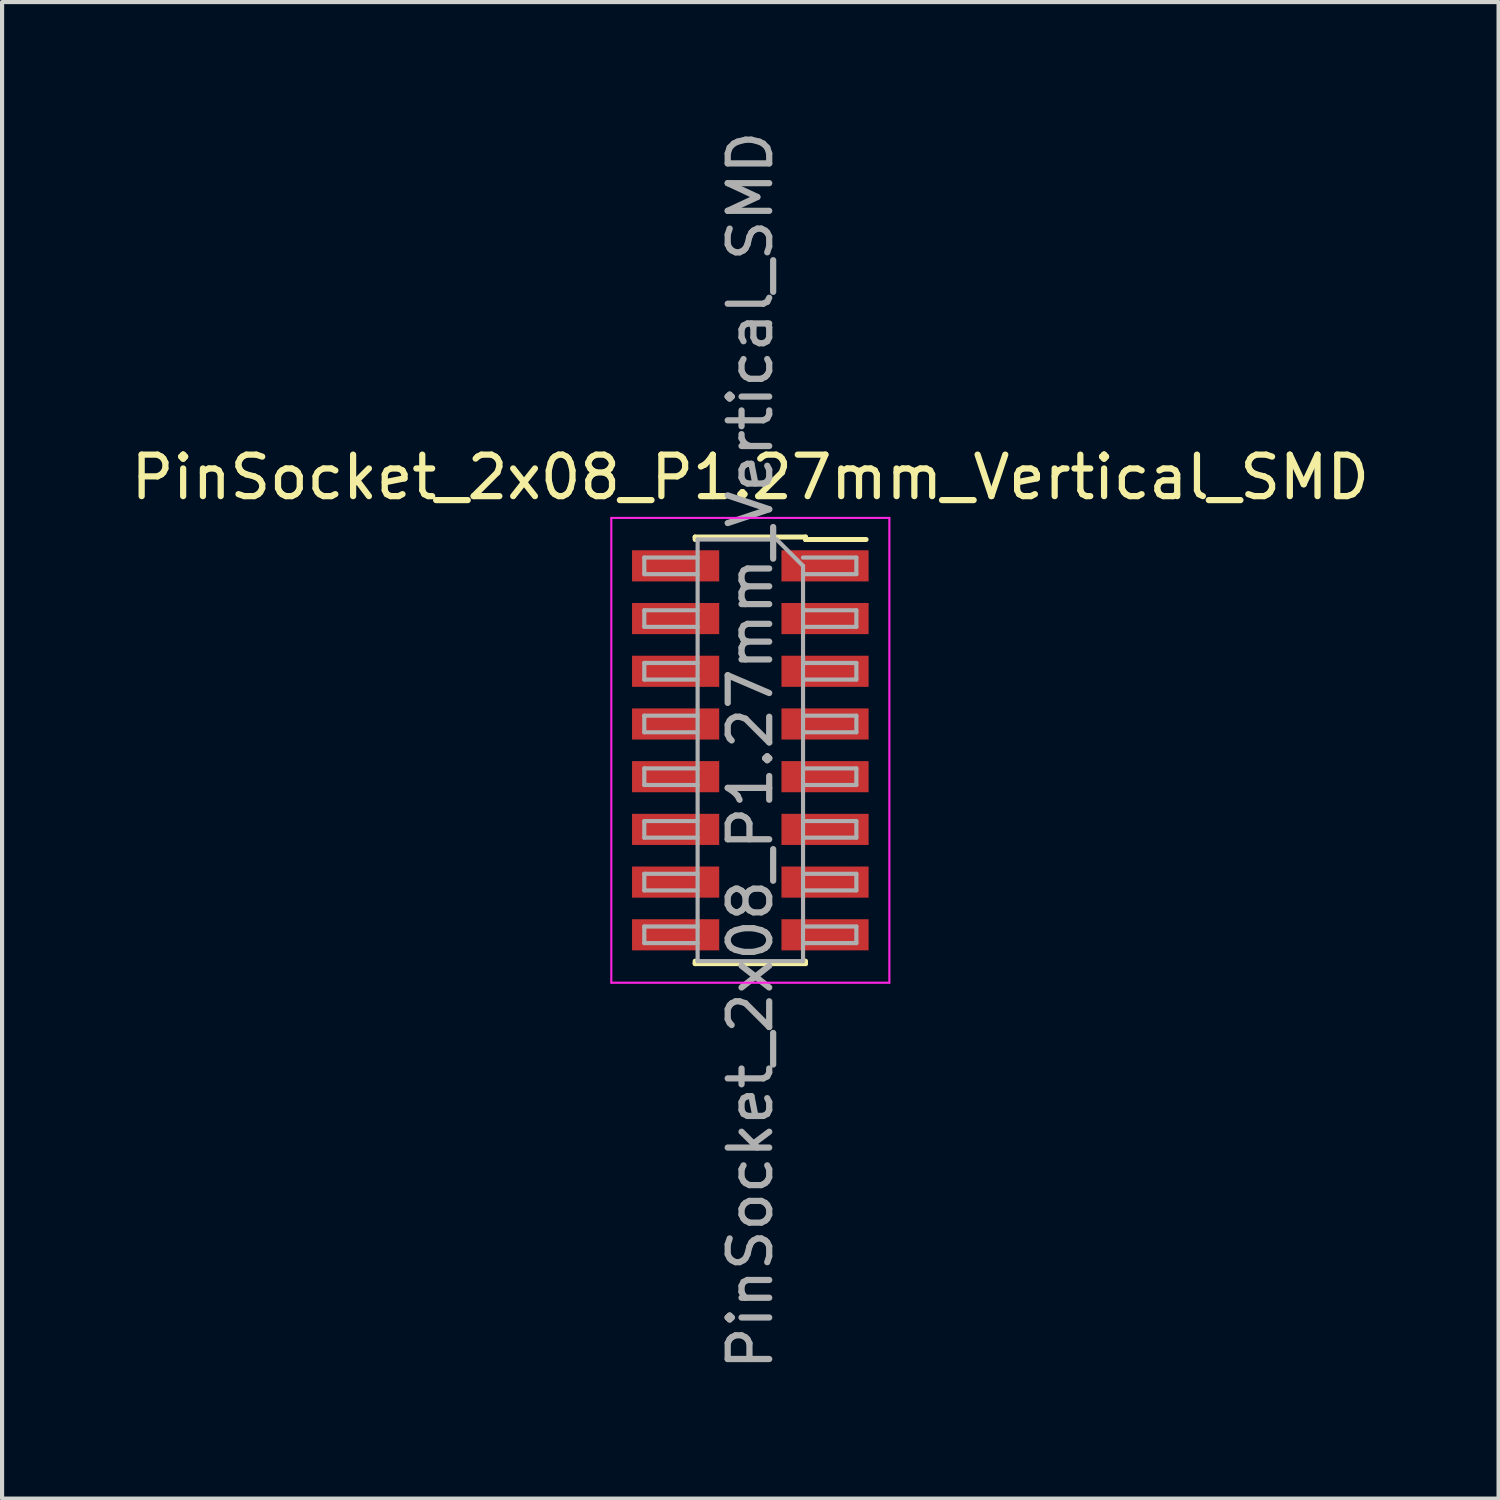
<source format=kicad_pcb>
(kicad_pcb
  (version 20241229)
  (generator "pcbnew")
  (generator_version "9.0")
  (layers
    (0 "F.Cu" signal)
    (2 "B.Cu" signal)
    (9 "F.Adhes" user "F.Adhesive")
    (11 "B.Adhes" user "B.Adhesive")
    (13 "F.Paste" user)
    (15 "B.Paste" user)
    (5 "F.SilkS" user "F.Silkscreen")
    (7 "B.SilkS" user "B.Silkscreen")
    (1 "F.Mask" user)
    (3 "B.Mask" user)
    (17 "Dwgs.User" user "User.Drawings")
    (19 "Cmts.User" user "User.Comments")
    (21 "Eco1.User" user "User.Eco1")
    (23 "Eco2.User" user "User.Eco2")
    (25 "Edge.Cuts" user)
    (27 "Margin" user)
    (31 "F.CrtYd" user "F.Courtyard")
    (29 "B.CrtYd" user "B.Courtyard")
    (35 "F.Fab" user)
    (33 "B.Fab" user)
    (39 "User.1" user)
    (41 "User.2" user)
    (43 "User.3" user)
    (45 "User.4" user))
  (footprint "PinSocket_2x08_P1.27mm_Vertical_SMD"
    (layer "F.Cu")
    (at 15.03 15.03)
    (property "Reference" "PinSocket_2x08_P1.27mm_Vertical_SMD" (at 0 -6.58 0) (layer "F.SilkS") (effects (font (size 1 1) (thickness 0.15))))
    (attr smd)
    (fp_line (start -1.33 -5.14) (end -1.33 -5.08) (stroke (width 0.12) (type solid)) (layer "F.SilkS"))
    (fp_line (start -1.33 -5.14) (end 1.33 -5.14) (stroke (width 0.12) (type solid)) (layer "F.SilkS"))
    (fp_line (start -1.33 5.08) (end -1.33 5.14) (stroke (width 0.12) (type solid)) (layer "F.SilkS"))
    (fp_line (start -1.33 5.14) (end 1.33 5.14) (stroke (width 0.12) (type solid)) (layer "F.SilkS"))
    (fp_line (start 1.33 -5.14) (end 1.33 -5.08) (stroke (width 0.12) (type solid)) (layer "F.SilkS"))
    (fp_line (start 1.33 -5.08) (end 2.79 -5.08) (stroke (width 0.12) (type solid)) (layer "F.SilkS"))
    (fp_line (start 1.33 5.08) (end 1.33 5.14) (stroke (width 0.12) (type solid)) (layer "F.SilkS"))
    (fp_line (start -3.35 -5.6) (end 3.35 -5.6) (stroke (width 0.05) (type solid)) (layer "F.CrtYd"))
    (fp_line (start -3.35 5.6) (end -3.35 -5.6) (stroke (width 0.05) (type solid)) (layer "F.CrtYd"))
    (fp_line (start 3.35 -5.6) (end 3.35 5.6) (stroke (width 0.05) (type solid)) (layer "F.CrtYd"))
    (fp_line (start 3.35 5.6) (end -3.35 5.6) (stroke (width 0.05) (type solid)) (layer "F.CrtYd"))
    (fp_line (start -2.555 -4.645) (end -1.27 -4.645) (stroke (width 0.1) (type solid)) (layer "F.Fab"))
    (fp_line (start -2.555 -4.245) (end -2.555 -4.645) (stroke (width 0.1) (type solid)) (layer "F.Fab"))
    (fp_line (start -2.555 -3.375) (end -1.27 -3.375) (stroke (width 0.1) (type solid)) (layer "F.Fab"))
    (fp_line (start -2.555 -2.975) (end -2.555 -3.375) (stroke (width 0.1) (type solid)) (layer "F.Fab"))
    (fp_line (start -2.555 -2.105) (end -1.27 -2.105) (stroke (width 0.1) (type solid)) (layer "F.Fab"))
    (fp_line (start -2.555 -1.705) (end -2.555 -2.105) (stroke (width 0.1) (type solid)) (layer "F.Fab"))
    (fp_line (start -2.555 -0.835) (end -1.27 -0.835) (stroke (width 0.1) (type solid)) (layer "F.Fab"))
    (fp_line (start -2.555 -0.435) (end -2.555 -0.835) (stroke (width 0.1) (type solid)) (layer "F.Fab"))
    (fp_line (start -2.555 0.435) (end -1.27 0.435) (stroke (width 0.1) (type solid)) (layer "F.Fab"))
    (fp_line (start -2.555 0.835) (end -2.555 0.435) (stroke (width 0.1) (type solid)) (layer "F.Fab"))
    (fp_line (start -2.555 1.705) (end -1.27 1.705) (stroke (width 0.1) (type solid)) (layer "F.Fab"))
    (fp_line (start -2.555 2.105) (end -2.555 1.705) (stroke (width 0.1) (type solid)) (layer "F.Fab"))
    (fp_line (start -2.555 2.975) (end -1.27 2.975) (stroke (width 0.1) (type solid)) (layer "F.Fab"))
    (fp_line (start -2.555 3.375) (end -2.555 2.975) (stroke (width 0.1) (type solid)) (layer "F.Fab"))
    (fp_line (start -2.555 4.245) (end -1.27 4.245) (stroke (width 0.1) (type solid)) (layer "F.Fab"))
    (fp_line (start -2.555 4.645) (end -2.555 4.245) (stroke (width 0.1) (type solid)) (layer "F.Fab"))
    (fp_line (start -1.27 -5.08) (end 0.635 -5.08) (stroke (width 0.1) (type solid)) (layer "F.Fab"))
    (fp_line (start -1.27 -4.245) (end -2.555 -4.245) (stroke (width 0.1) (type solid)) (layer "F.Fab"))
    (fp_line (start -1.27 -2.975) (end -2.555 -2.975) (stroke (width 0.1) (type solid)) (layer "F.Fab"))
    (fp_line (start -1.27 -1.705) (end -2.555 -1.705) (stroke (width 0.1) (type solid)) (layer "F.Fab"))
    (fp_line (start -1.27 -0.435) (end -2.555 -0.435) (stroke (width 0.1) (type solid)) (layer "F.Fab"))
    (fp_line (start -1.27 0.835) (end -2.555 0.835) (stroke (width 0.1) (type solid)) (layer "F.Fab"))
    (fp_line (start -1.27 2.105) (end -2.555 2.105) (stroke (width 0.1) (type solid)) (layer "F.Fab"))
    (fp_line (start -1.27 3.375) (end -2.555 3.375) (stroke (width 0.1) (type solid)) (layer "F.Fab"))
    (fp_line (start -1.27 4.645) (end -2.555 4.645) (stroke (width 0.1) (type solid)) (layer "F.Fab"))
    (fp_line (start -1.27 5.08) (end -1.27 -5.08) (stroke (width 0.1) (type solid)) (layer "F.Fab"))
    (fp_line (start 0.635 -5.08) (end 1.27 -4.445) (stroke (width 0.1) (type solid)) (layer "F.Fab"))
    (fp_line (start 1.27 -4.645) (end 2.555 -4.645) (stroke (width 0.1) (type solid)) (layer "F.Fab"))
    (fp_line (start 1.27 -4.445) (end 1.27 5.08) (stroke (width 0.1) (type solid)) (layer "F.Fab"))
    (fp_line (start 1.27 -3.375) (end 2.555 -3.375) (stroke (width 0.1) (type solid)) (layer "F.Fab"))
    (fp_line (start 1.27 -2.105) (end 2.555 -2.105) (stroke (width 0.1) (type solid)) (layer "F.Fab"))
    (fp_line (start 1.27 -0.835) (end 2.555 -0.835) (stroke (width 0.1) (type solid)) (layer "F.Fab"))
    (fp_line (start 1.27 0.435) (end 2.555 0.435) (stroke (width 0.1) (type solid)) (layer "F.Fab"))
    (fp_line (start 1.27 1.705) (end 2.555 1.705) (stroke (width 0.1) (type solid)) (layer "F.Fab"))
    (fp_line (start 1.27 2.975) (end 2.555 2.975) (stroke (width 0.1) (type solid)) (layer "F.Fab"))
    (fp_line (start 1.27 4.245) (end 2.555 4.245) (stroke (width 0.1) (type solid)) (layer "F.Fab"))
    (fp_line (start 1.27 5.08) (end -1.27 5.08) (stroke (width 0.1) (type solid)) (layer "F.Fab"))
    (fp_line (start 2.555 -4.645) (end 2.555 -4.245) (stroke (width 0.1) (type solid)) (layer "F.Fab"))
    (fp_line (start 2.555 -4.245) (end 1.27 -4.245) (stroke (width 0.1) (type solid)) (layer "F.Fab"))
    (fp_line (start 2.555 -3.375) (end 2.555 -2.975) (stroke (width 0.1) (type solid)) (layer "F.Fab"))
    (fp_line (start 2.555 -2.975) (end 1.27 -2.975) (stroke (width 0.1) (type solid)) (layer "F.Fab"))
    (fp_line (start 2.555 -2.105) (end 2.555 -1.705) (stroke (width 0.1) (type solid)) (layer "F.Fab"))
    (fp_line (start 2.555 -1.705) (end 1.27 -1.705) (stroke (width 0.1) (type solid)) (layer "F.Fab"))
    (fp_line (start 2.555 -0.835) (end 2.555 -0.435) (stroke (width 0.1) (type solid)) (layer "F.Fab"))
    (fp_line (start 2.555 -0.435) (end 1.27 -0.435) (stroke (width 0.1) (type solid)) (layer "F.Fab"))
    (fp_line (start 2.555 0.435) (end 2.555 0.835) (stroke (width 0.1) (type solid)) (layer "F.Fab"))
    (fp_line (start 2.555 0.835) (end 1.27 0.835) (stroke (width 0.1) (type solid)) (layer "F.Fab"))
    (fp_line (start 2.555 1.705) (end 2.555 2.105) (stroke (width 0.1) (type solid)) (layer "F.Fab"))
    (fp_line (start 2.555 2.105) (end 1.27 2.105) (stroke (width 0.1) (type solid)) (layer "F.Fab"))
    (fp_line (start 2.555 2.975) (end 2.555 3.375) (stroke (width 0.1) (type solid)) (layer "F.Fab"))
    (fp_line (start 2.555 3.375) (end 1.27 3.375) (stroke (width 0.1) (type solid)) (layer "F.Fab"))
    (fp_line (start 2.555 4.245) (end 2.555 4.645) (stroke (width 0.1) (type solid)) (layer "F.Fab"))
    (fp_line (start 2.555 4.645) (end 1.27 4.645) (stroke (width 0.1) (type solid)) (layer "F.Fab"))
    (fp_text user "${REFERENCE}" (at 0 0 90) (layer "F.Fab") (effects (font (size 1 1) (thickness 0.15))))
    (pad "1" smd rect (at 1.8 -4.445) (size 2.1 0.75) (layers "F.Cu" "F.Mask" "F.Paste"))
    (pad "2" smd rect (at -1.8 -4.445) (size 2.1 0.75) (layers "F.Cu" "F.Mask" "F.Paste"))
    (pad "3" smd rect (at 1.8 -3.175) (size 2.1 0.75) (layers "F.Cu" "F.Mask" "F.Paste"))
    (pad "4" smd rect (at -1.8 -3.175) (size 2.1 0.75) (layers "F.Cu" "F.Mask" "F.Paste"))
    (pad "5" smd rect (at 1.8 -1.905) (size 2.1 0.75) (layers "F.Cu" "F.Mask" "F.Paste"))
    (pad "6" smd rect (at -1.8 -1.905) (size 2.1 0.75) (layers "F.Cu" "F.Mask" "F.Paste"))
    (pad "7" smd rect (at 1.8 -0.635) (size 2.1 0.75) (layers "F.Cu" "F.Mask" "F.Paste"))
    (pad "8" smd rect (at -1.8 -0.635) (size 2.1 0.75) (layers "F.Cu" "F.Mask" "F.Paste"))
    (pad "9" smd rect (at 1.8 0.635) (size 2.1 0.75) (layers "F.Cu" "F.Mask" "F.Paste"))
    (pad "10" smd rect (at -1.8 0.635) (size 2.1 0.75) (layers "F.Cu" "F.Mask" "F.Paste"))
    (pad "11" smd rect (at 1.8 1.905) (size 2.1 0.75) (layers "F.Cu" "F.Mask" "F.Paste"))
    (pad "12" smd rect (at -1.8 1.905) (size 2.1 0.75) (layers "F.Cu" "F.Mask" "F.Paste"))
    (pad "13" smd rect (at 1.8 3.175) (size 2.1 0.75) (layers "F.Cu" "F.Mask" "F.Paste"))
    (pad "14" smd rect (at -1.8 3.175) (size 2.1 0.75) (layers "F.Cu" "F.Mask" "F.Paste"))
    (pad "15" smd rect (at 1.8 4.445) (size 2.1 0.75) (layers "F.Cu" "F.Mask" "F.Paste"))
    (pad "16" smd rect (at -1.8 4.445) (size 2.1 0.75) (layers "F.Cu" "F.Mask" "F.Paste")))
  (gr_rect
    (start -3 -3)
    (end 33.06 33.06)
    (stroke (width 0.1) (type default))
    (fill no)
    (layer "Edge.Cuts")))
</source>
